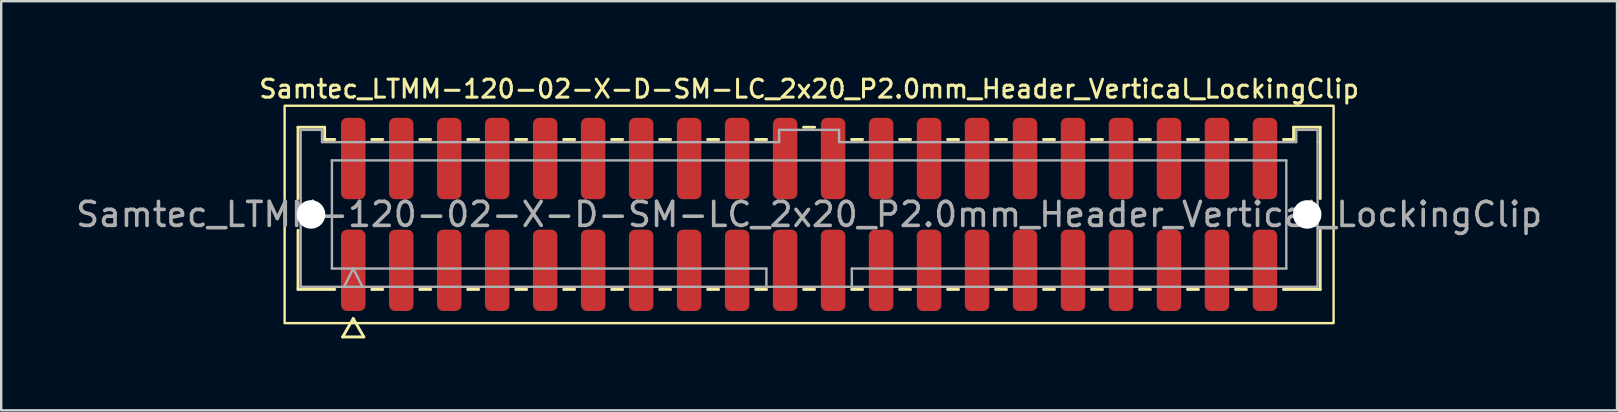
<source format=kicad_pcb>
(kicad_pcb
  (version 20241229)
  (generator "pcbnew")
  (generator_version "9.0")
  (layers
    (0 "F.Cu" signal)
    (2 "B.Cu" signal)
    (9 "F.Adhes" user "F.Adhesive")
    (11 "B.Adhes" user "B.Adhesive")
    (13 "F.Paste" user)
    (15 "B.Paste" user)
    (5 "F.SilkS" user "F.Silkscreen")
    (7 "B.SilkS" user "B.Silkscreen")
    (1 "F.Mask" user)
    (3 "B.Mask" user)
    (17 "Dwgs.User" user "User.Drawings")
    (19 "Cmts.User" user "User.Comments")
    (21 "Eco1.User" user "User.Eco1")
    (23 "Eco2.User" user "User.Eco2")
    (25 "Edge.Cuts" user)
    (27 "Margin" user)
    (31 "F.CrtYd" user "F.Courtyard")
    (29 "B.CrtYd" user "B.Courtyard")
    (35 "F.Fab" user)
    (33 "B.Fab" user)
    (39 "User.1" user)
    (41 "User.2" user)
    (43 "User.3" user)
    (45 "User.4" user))
  (footprint "Samtec_LTMM-120-02-X-D-SM-LC_2x20_P2.0mm_Header_Vertical_LockingClip"
    (layer "F.Cu")
    (at 30.673 5.888)
    (property "Reference" "Samtec_LTMM-120-02-X-D-SM-LC_2x20_P2.0mm_Header_Vertical_LockingClip" (at 0 -5.23 0) (layer "F.SilkS") (effects (font (size 0.75 0.75) (thickness 0.125))))
    (attr smd)
    (fp_line (start -21.302 -3.635) (end -20.192 -3.635) (stroke (width 0.12) (type solid)) (layer "F.SilkS"))
    (fp_line (start -21.302 -0.662) (end -21.302 -3.635) (stroke (width 0.12) (type solid)) (layer "F.SilkS"))
    (fp_line (start -21.302 3.125) (end -21.302 0.662) (stroke (width 0.12) (type solid)) (layer "F.SilkS"))
    (fp_line (start -20.192 -3.635) (end -20.192 -3.125) (stroke (width 0.12) (type solid)) (layer "F.SilkS"))
    (fp_line (start -20.192 -3.125) (end -19.77 -3.125) (stroke (width 0.12) (type solid)) (layer "F.SilkS"))
    (fp_line (start -19.77 3.125) (end -21.302 3.125) (stroke (width 0.12) (type solid)) (layer "F.SilkS"))
    (fp_line (start -19.442 5.105) (end -19 4.34) (stroke (width 0.12) (type solid)) (layer "F.SilkS"))
    (fp_line (start -19 4.34) (end -18.558 5.105) (stroke (width 0.12) (type solid)) (layer "F.SilkS"))
    (fp_line (start -18.558 5.105) (end -19.442 5.105) (stroke (width 0.12) (type solid)) (layer "F.SilkS"))
    (fp_line (start -18.23 -3.125) (end -17.77 -3.125) (stroke (width 0.12) (type solid)) (layer "F.SilkS"))
    (fp_line (start -17.77 3.125) (end -18.23 3.125) (stroke (width 0.12) (type solid)) (layer "F.SilkS"))
    (fp_line (start -16.23 -3.125) (end -15.77 -3.125) (stroke (width 0.12) (type solid)) (layer "F.SilkS"))
    (fp_line (start -15.77 3.125) (end -16.23 3.125) (stroke (width 0.12) (type solid)) (layer "F.SilkS"))
    (fp_line (start -14.23 -3.125) (end -13.77 -3.125) (stroke (width 0.12) (type solid)) (layer "F.SilkS"))
    (fp_line (start -13.77 3.125) (end -14.23 3.125) (stroke (width 0.12) (type solid)) (layer "F.SilkS"))
    (fp_line (start -12.23 -3.125) (end -11.77 -3.125) (stroke (width 0.12) (type solid)) (layer "F.SilkS"))
    (fp_line (start -11.77 3.125) (end -12.23 3.125) (stroke (width 0.12) (type solid)) (layer "F.SilkS"))
    (fp_line (start -10.23 -3.125) (end -9.77 -3.125) (stroke (width 0.12) (type solid)) (layer "F.SilkS"))
    (fp_line (start -9.77 3.125) (end -10.23 3.125) (stroke (width 0.12) (type solid)) (layer "F.SilkS"))
    (fp_line (start -8.23 -3.125) (end -7.77 -3.125) (stroke (width 0.12) (type solid)) (layer "F.SilkS"))
    (fp_line (start -7.77 3.125) (end -8.23 3.125) (stroke (width 0.12) (type solid)) (layer "F.SilkS"))
    (fp_line (start -6.23 -3.125) (end -5.77 -3.125) (stroke (width 0.12) (type solid)) (layer "F.SilkS"))
    (fp_line (start -5.77 3.125) (end -6.23 3.125) (stroke (width 0.12) (type solid)) (layer "F.SilkS"))
    (fp_line (start -4.23 -3.125) (end -3.77 -3.125) (stroke (width 0.12) (type solid)) (layer "F.SilkS"))
    (fp_line (start -3.77 3.125) (end -4.23 3.125) (stroke (width 0.12) (type solid)) (layer "F.SilkS"))
    (fp_line (start -2.23 -3.125) (end -1.77 -3.125) (stroke (width 0.12) (type solid)) (layer "F.SilkS"))
    (fp_line (start -1.77 3.125) (end -2.23 3.125) (stroke (width 0.12) (type solid)) (layer "F.SilkS"))
    (fp_line (start -0.23 -3.635) (end 0.23 -3.635) (stroke (width 0.12) (type solid)) (layer "F.SilkS"))
    (fp_line (start 0.23 3.125) (end -0.23 3.125) (stroke (width 0.12) (type solid)) (layer "F.SilkS"))
    (fp_line (start 1.77 -3.125) (end 2.23 -3.125) (stroke (width 0.12) (type solid)) (layer "F.SilkS"))
    (fp_line (start 2.23 3.125) (end 1.77 3.125) (stroke (width 0.12) (type solid)) (layer "F.SilkS"))
    (fp_line (start 3.77 -3.125) (end 4.23 -3.125) (stroke (width 0.12) (type solid)) (layer "F.SilkS"))
    (fp_line (start 4.23 3.125) (end 3.77 3.125) (stroke (width 0.12) (type solid)) (layer "F.SilkS"))
    (fp_line (start 5.77 -3.125) (end 6.23 -3.125) (stroke (width 0.12) (type solid)) (layer "F.SilkS"))
    (fp_line (start 6.23 3.125) (end 5.77 3.125) (stroke (width 0.12) (type solid)) (layer "F.SilkS"))
    (fp_line (start 7.77 -3.125) (end 8.23 -3.125) (stroke (width 0.12) (type solid)) (layer "F.SilkS"))
    (fp_line (start 8.23 3.125) (end 7.77 3.125) (stroke (width 0.12) (type solid)) (layer "F.SilkS"))
    (fp_line (start 9.77 -3.125) (end 10.23 -3.125) (stroke (width 0.12) (type solid)) (layer "F.SilkS"))
    (fp_line (start 10.23 3.125) (end 9.77 3.125) (stroke (width 0.12) (type solid)) (layer "F.SilkS"))
    (fp_line (start 11.77 -3.125) (end 12.23 -3.125) (stroke (width 0.12) (type solid)) (layer "F.SilkS"))
    (fp_line (start 12.23 3.125) (end 11.77 3.125) (stroke (width 0.12) (type solid)) (layer "F.SilkS"))
    (fp_line (start 13.77 -3.125) (end 14.23 -3.125) (stroke (width 0.12) (type solid)) (layer "F.SilkS"))
    (fp_line (start 14.23 3.125) (end 13.77 3.125) (stroke (width 0.12) (type solid)) (layer "F.SilkS"))
    (fp_line (start 15.77 -3.125) (end 16.23 -3.125) (stroke (width 0.12) (type solid)) (layer "F.SilkS"))
    (fp_line (start 16.23 3.125) (end 15.77 3.125) (stroke (width 0.12) (type solid)) (layer "F.SilkS"))
    (fp_line (start 17.77 -3.125) (end 18.23 -3.125) (stroke (width 0.12) (type solid)) (layer "F.SilkS"))
    (fp_line (start 18.23 3.125) (end 17.77 3.125) (stroke (width 0.12) (type solid)) (layer "F.SilkS"))
    (fp_line (start 19.77 -3.125) (end 20.192 -3.125) (stroke (width 0.12) (type solid)) (layer "F.SilkS"))
    (fp_line (start 20.192 -3.635) (end 21.302 -3.635) (stroke (width 0.12) (type solid)) (layer "F.SilkS"))
    (fp_line (start 20.192 -3.125) (end 20.192 -3.635) (stroke (width 0.12) (type solid)) (layer "F.SilkS"))
    (fp_line (start 21.302 -3.635) (end 21.302 -0.662) (stroke (width 0.12) (type solid)) (layer "F.SilkS"))
    (fp_line (start 21.302 0.662) (end 21.302 3.125) (stroke (width 0.12) (type solid)) (layer "F.SilkS"))
    (fp_line (start 21.302 3.125) (end 19.77 3.125) (stroke (width 0.12) (type solid)) (layer "F.SilkS"))
    (fp_rect (start -21.86 -4.53) (end 21.86 4.53) (stroke (width 0.1) (type solid)) (fill no) (layer "F.SilkS"))
    (fp_line (start -21.192 -3.525) (end -20.302 -3.525) (stroke (width 0.1) (type solid)) (layer "F.Fab"))
    (fp_line (start -21.192 3.015) (end -21.192 -3.525) (stroke (width 0.1) (type solid)) (layer "F.Fab"))
    (fp_line (start -20.302 -3.525) (end -20.302 -3.015) (stroke (width 0.1) (type solid)) (layer "F.Fab"))
    (fp_line (start -20.302 -3.015) (end -1.25 -3.015) (stroke (width 0.1) (type solid)) (layer "F.Fab"))
    (fp_line (start -19.889 -2.253) (end 19.889 -2.253) (stroke (width 0.1) (type solid)) (layer "F.Fab"))
    (fp_line (start -19.889 2.253) (end -19.889 -2.253) (stroke (width 0.1) (type solid)) (layer "F.Fab"))
    (fp_line (start -19.381 3.015) (end -19 2.253) (stroke (width 0.1) (type solid)) (layer "F.Fab"))
    (fp_line (start -19 2.253) (end -18.619 3.015) (stroke (width 0.1) (type solid)) (layer "F.Fab"))
    (fp_line (start -1.78 2.253) (end -19.889 2.253) (stroke (width 0.1) (type solid)) (layer "F.Fab"))
    (fp_line (start -1.78 3.015) (end -1.78 2.253) (stroke (width 0.1) (type solid)) (layer "F.Fab"))
    (fp_line (start -1.25 -3.525) (end 1.25 -3.525) (stroke (width 0.1) (type solid)) (layer "F.Fab"))
    (fp_line (start -1.25 -3.015) (end -1.25 -3.525) (stroke (width 0.1) (type solid)) (layer "F.Fab"))
    (fp_line (start 1.25 -3.525) (end 1.25 -3.015) (stroke (width 0.1) (type solid)) (layer "F.Fab"))
    (fp_line (start 1.25 -3.015) (end 20.302 -3.015) (stroke (width 0.1) (type solid)) (layer "F.Fab"))
    (fp_line (start 1.78 2.253) (end 1.78 3.015) (stroke (width 0.1) (type solid)) (layer "F.Fab"))
    (fp_line (start 19.889 -2.253) (end 19.889 2.253) (stroke (width 0.1) (type solid)) (layer "F.Fab"))
    (fp_line (start 19.889 2.253) (end 1.78 2.253) (stroke (width 0.1) (type solid)) (layer "F.Fab"))
    (fp_line (start 20.302 -3.525) (end 21.192 -3.525) (stroke (width 0.1) (type solid)) (layer "F.Fab"))
    (fp_line (start 20.302 -3.015) (end 20.302 -3.525) (stroke (width 0.1) (type solid)) (layer "F.Fab"))
    (fp_line (start 21.192 -3.525) (end 21.192 -3.015) (stroke (width 0.1) (type solid)) (layer "F.Fab"))
    (fp_line (start 21.192 -3.015) (end 21.192 3.015) (stroke (width 0.1) (type solid)) (layer "F.Fab"))
    (fp_line (start 21.192 3.015) (end -21.192 3.015) (stroke (width 0.1) (type solid)) (layer "F.Fab"))
    (fp_text user "${REFERENCE}" (at 0 0 0) (layer "F.Fab") (effects (font (size 1 1) (thickness 0.15))))
    (pad "" np_thru_hole circle (at -20.76 0) (size 1.19 1.19) (drill 1.19) (layers "*.Cu" "*.Mask"))
    (pad "" np_thru_hole circle (at 20.76 0) (size 1.19 1.19) (drill 1.19) (layers "*.Cu" "*.Mask"))
    (pad "1" smd roundrect (at -19 2.33) (size 1.02 3.39) (layers "F.Cu" "F.Mask" "F.Paste") (roundrect_rratio 0.245))
    (pad "2" smd roundrect (at -19 -2.33) (size 1.02 3.39) (layers "F.Cu" "F.Mask" "F.Paste") (roundrect_rratio 0.245))
    (pad "3" smd roundrect (at -17 2.33) (size 1.02 3.39) (layers "F.Cu" "F.Mask" "F.Paste") (roundrect_rratio 0.245))
    (pad "4" smd roundrect (at -17 -2.33) (size 1.02 3.39) (layers "F.Cu" "F.Mask" "F.Paste") (roundrect_rratio 0.245))
    (pad "5" smd roundrect (at -15 2.33) (size 1.02 3.39) (layers "F.Cu" "F.Mask" "F.Paste") (roundrect_rratio 0.245))
    (pad "6" smd roundrect (at -15 -2.33) (size 1.02 3.39) (layers "F.Cu" "F.Mask" "F.Paste") (roundrect_rratio 0.245))
    (pad "7" smd roundrect (at -13 2.33) (size 1.02 3.39) (layers "F.Cu" "F.Mask" "F.Paste") (roundrect_rratio 0.245))
    (pad "8" smd roundrect (at -13 -2.33) (size 1.02 3.39) (layers "F.Cu" "F.Mask" "F.Paste") (roundrect_rratio 0.245))
    (pad "9" smd roundrect (at -11 2.33) (size 1.02 3.39) (layers "F.Cu" "F.Mask" "F.Paste") (roundrect_rratio 0.245))
    (pad "10" smd roundrect (at -11 -2.33) (size 1.02 3.39) (layers "F.Cu" "F.Mask" "F.Paste") (roundrect_rratio 0.245))
    (pad "11" smd roundrect (at -9 2.33) (size 1.02 3.39) (layers "F.Cu" "F.Mask" "F.Paste") (roundrect_rratio 0.245))
    (pad "12" smd roundrect (at -9 -2.33) (size 1.02 3.39) (layers "F.Cu" "F.Mask" "F.Paste") (roundrect_rratio 0.245))
    (pad "13" smd roundrect (at -7 2.33) (size 1.02 3.39) (layers "F.Cu" "F.Mask" "F.Paste") (roundrect_rratio 0.245))
    (pad "14" smd roundrect (at -7 -2.33) (size 1.02 3.39) (layers "F.Cu" "F.Mask" "F.Paste") (roundrect_rratio 0.245))
    (pad "15" smd roundrect (at -5 2.33) (size 1.02 3.39) (layers "F.Cu" "F.Mask" "F.Paste") (roundrect_rratio 0.245))
    (pad "16" smd roundrect (at -5 -2.33) (size 1.02 3.39) (layers "F.Cu" "F.Mask" "F.Paste") (roundrect_rratio 0.245))
    (pad "17" smd roundrect (at -3 2.33) (size 1.02 3.39) (layers "F.Cu" "F.Mask" "F.Paste") (roundrect_rratio 0.245))
    (pad "18" smd roundrect (at -3 -2.33) (size 1.02 3.39) (layers "F.Cu" "F.Mask" "F.Paste") (roundrect_rratio 0.245))
    (pad "19" smd roundrect (at -1 2.33) (size 1.02 3.39) (layers "F.Cu" "F.Mask" "F.Paste") (roundrect_rratio 0.245))
    (pad "20" smd roundrect (at -1 -2.33) (size 1.02 3.39) (layers "F.Cu" "F.Mask" "F.Paste") (roundrect_rratio 0.245))
    (pad "21" smd roundrect (at 1 2.33) (size 1.02 3.39) (layers "F.Cu" "F.Mask" "F.Paste") (roundrect_rratio 0.245))
    (pad "22" smd roundrect (at 1 -2.33) (size 1.02 3.39) (layers "F.Cu" "F.Mask" "F.Paste") (roundrect_rratio 0.245))
    (pad "23" smd roundrect (at 3 2.33) (size 1.02 3.39) (layers "F.Cu" "F.Mask" "F.Paste") (roundrect_rratio 0.245))
    (pad "24" smd roundrect (at 3 -2.33) (size 1.02 3.39) (layers "F.Cu" "F.Mask" "F.Paste") (roundrect_rratio 0.245))
    (pad "25" smd roundrect (at 5 2.33) (size 1.02 3.39) (layers "F.Cu" "F.Mask" "F.Paste") (roundrect_rratio 0.245))
    (pad "26" smd roundrect (at 5 -2.33) (size 1.02 3.39) (layers "F.Cu" "F.Mask" "F.Paste") (roundrect_rratio 0.245))
    (pad "27" smd roundrect (at 7 2.33) (size 1.02 3.39) (layers "F.Cu" "F.Mask" "F.Paste") (roundrect_rratio 0.245))
    (pad "28" smd roundrect (at 7 -2.33) (size 1.02 3.39) (layers "F.Cu" "F.Mask" "F.Paste") (roundrect_rratio 0.245))
    (pad "29" smd roundrect (at 9 2.33) (size 1.02 3.39) (layers "F.Cu" "F.Mask" "F.Paste") (roundrect_rratio 0.245))
    (pad "30" smd roundrect (at 9 -2.33) (size 1.02 3.39) (layers "F.Cu" "F.Mask" "F.Paste") (roundrect_rratio 0.245))
    (pad "31" smd roundrect (at 11 2.33) (size 1.02 3.39) (layers "F.Cu" "F.Mask" "F.Paste") (roundrect_rratio 0.245))
    (pad "32" smd roundrect (at 11 -2.33) (size 1.02 3.39) (layers "F.Cu" "F.Mask" "F.Paste") (roundrect_rratio 0.245))
    (pad "33" smd roundrect (at 13 2.33) (size 1.02 3.39) (layers "F.Cu" "F.Mask" "F.Paste") (roundrect_rratio 0.245))
    (pad "34" smd roundrect (at 13 -2.33) (size 1.02 3.39) (layers "F.Cu" "F.Mask" "F.Paste") (roundrect_rratio 0.245))
    (pad "35" smd roundrect (at 15 2.33) (size 1.02 3.39) (layers "F.Cu" "F.Mask" "F.Paste") (roundrect_rratio 0.245))
    (pad "36" smd roundrect (at 15 -2.33) (size 1.02 3.39) (layers "F.Cu" "F.Mask" "F.Paste") (roundrect_rratio 0.245))
    (pad "37" smd roundrect (at 17 2.33) (size 1.02 3.39) (layers "F.Cu" "F.Mask" "F.Paste") (roundrect_rratio 0.245))
    (pad "38" smd roundrect (at 17 -2.33) (size 1.02 3.39) (layers "F.Cu" "F.Mask" "F.Paste") (roundrect_rratio 0.245))
    (pad "39" smd roundrect (at 19 2.33) (size 1.02 3.39) (layers "F.Cu" "F.Mask" "F.Paste") (roundrect_rratio 0.245))
    (pad "40" smd roundrect (at 19 -2.33) (size 1.02 3.39) (layers "F.Cu" "F.Mask" "F.Paste") (roundrect_rratio 0.245)))
  (gr_rect
    (start -3 -3)
    (end 64.345 14.053)
    (stroke (width 0.1) (type default))
    (fill no)
    (layer "Edge.Cuts")))
</source>
